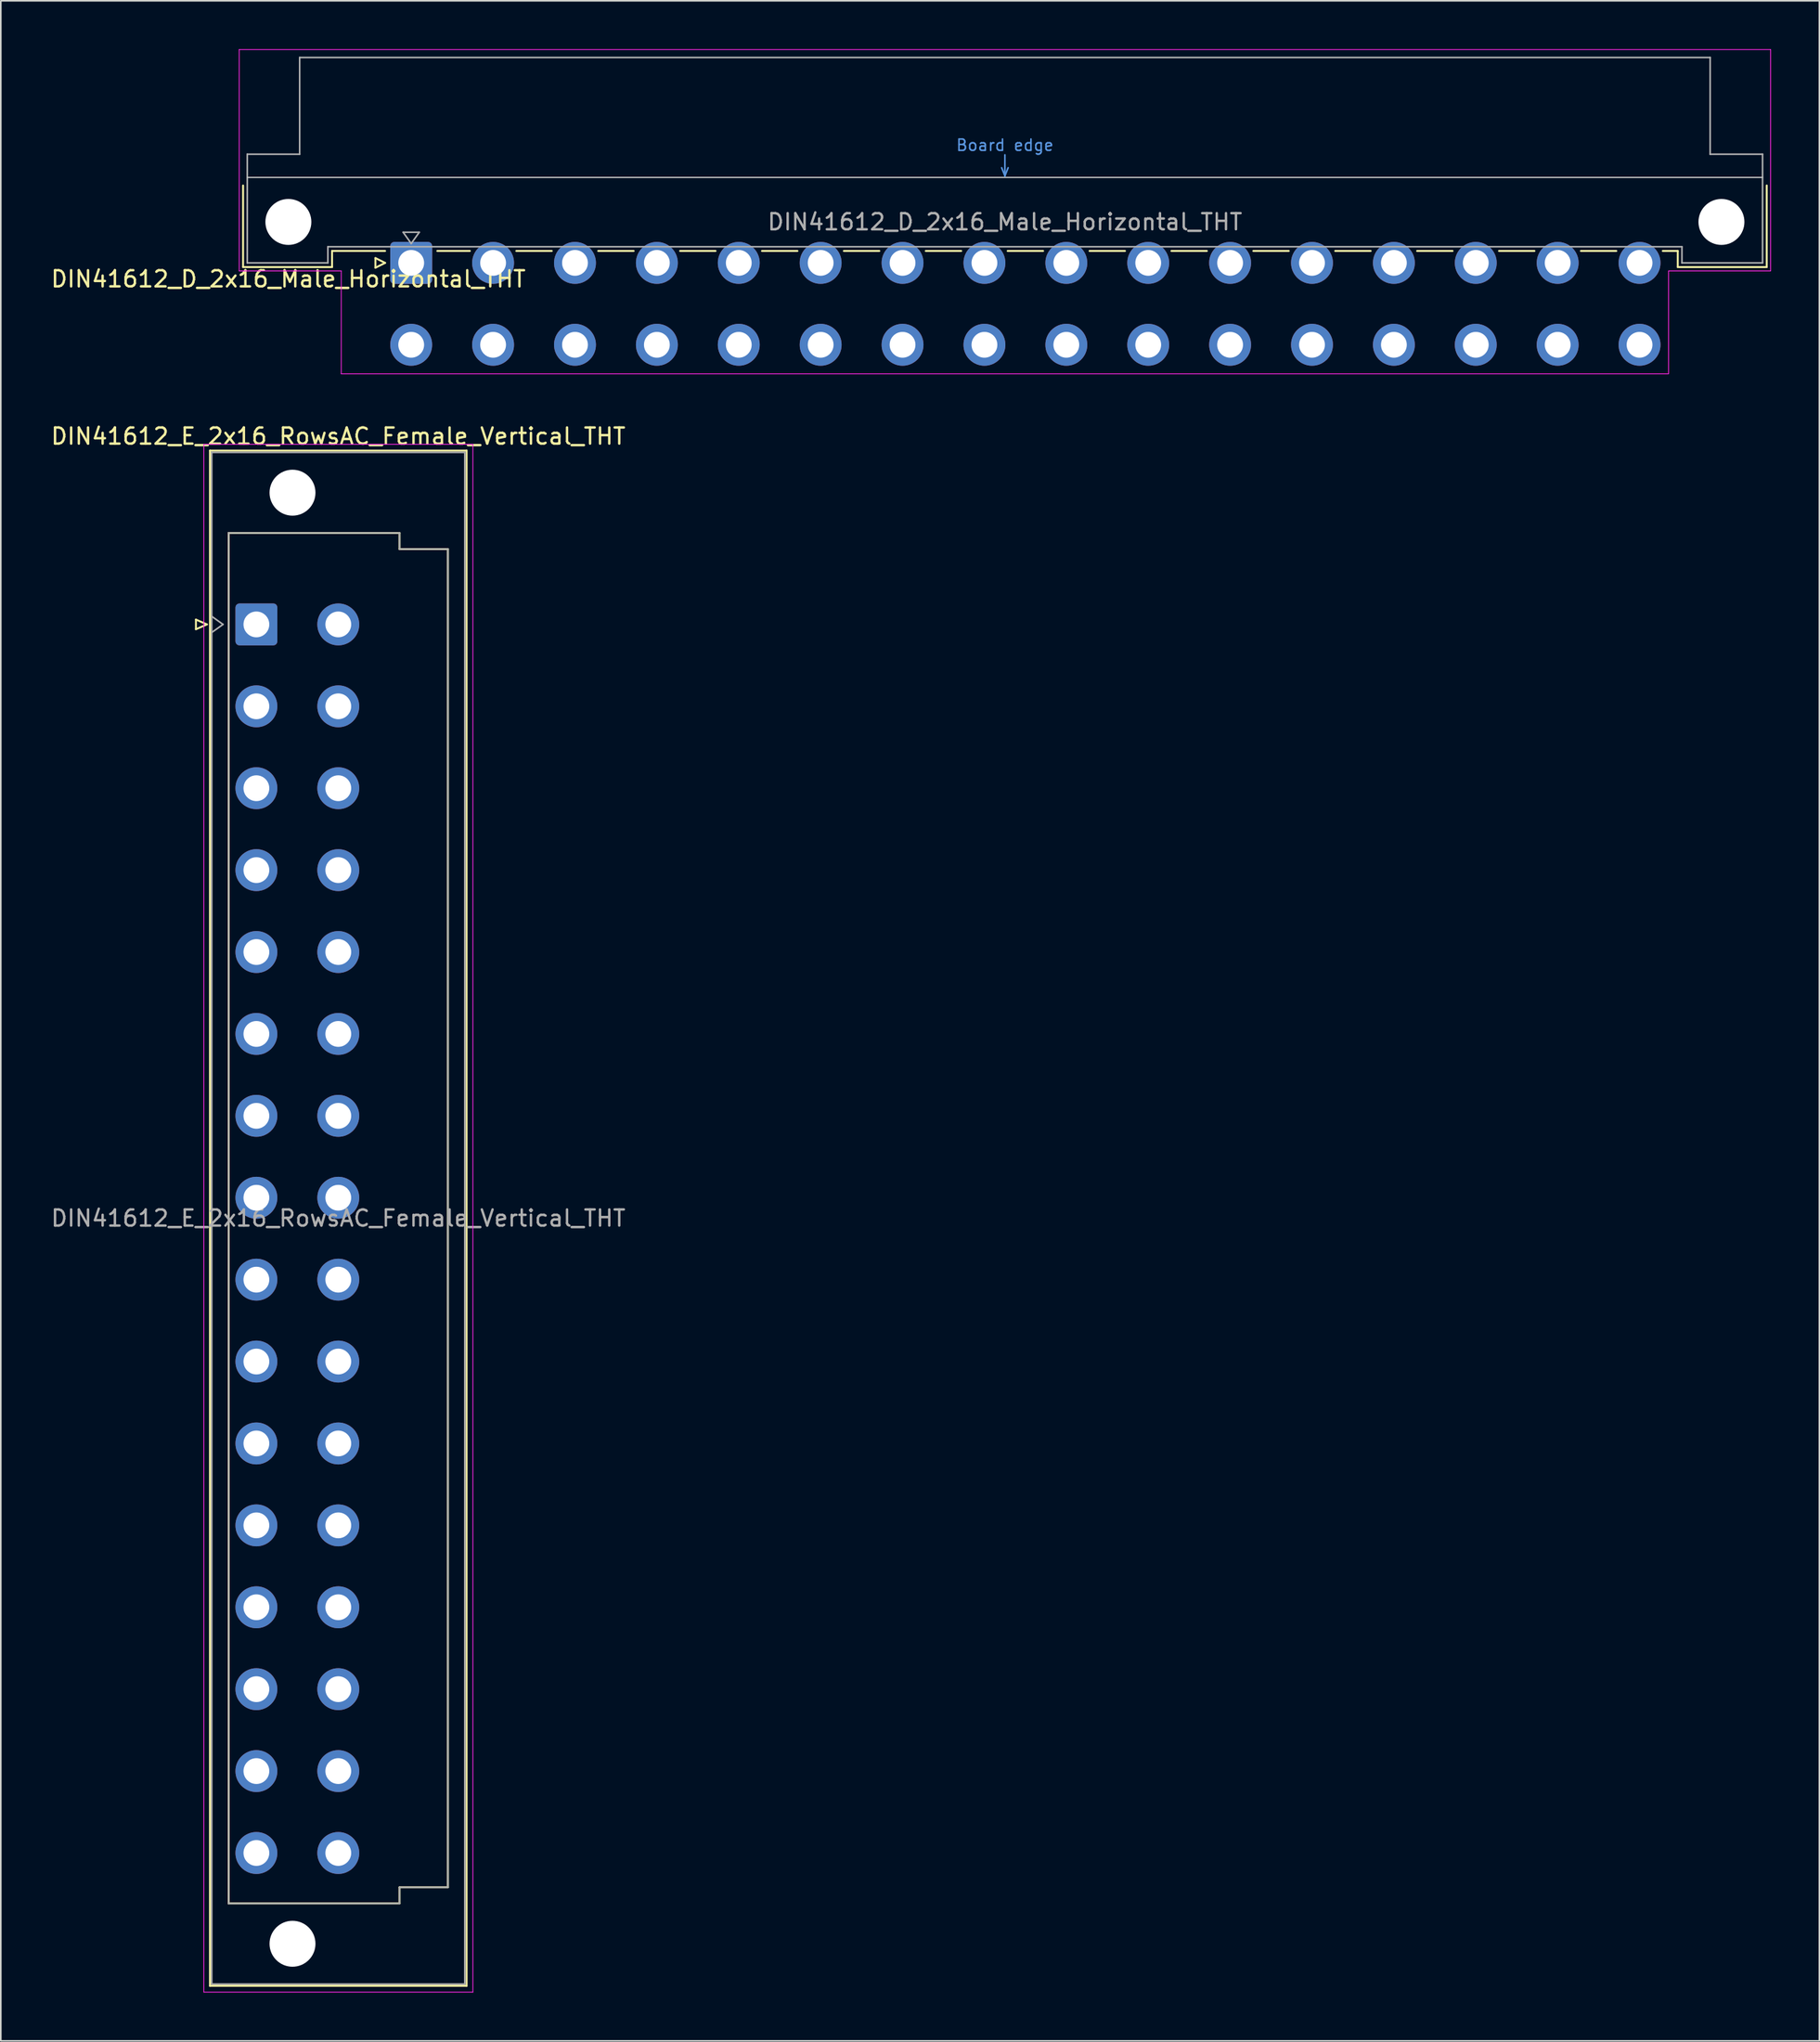
<source format=kicad_pcb>
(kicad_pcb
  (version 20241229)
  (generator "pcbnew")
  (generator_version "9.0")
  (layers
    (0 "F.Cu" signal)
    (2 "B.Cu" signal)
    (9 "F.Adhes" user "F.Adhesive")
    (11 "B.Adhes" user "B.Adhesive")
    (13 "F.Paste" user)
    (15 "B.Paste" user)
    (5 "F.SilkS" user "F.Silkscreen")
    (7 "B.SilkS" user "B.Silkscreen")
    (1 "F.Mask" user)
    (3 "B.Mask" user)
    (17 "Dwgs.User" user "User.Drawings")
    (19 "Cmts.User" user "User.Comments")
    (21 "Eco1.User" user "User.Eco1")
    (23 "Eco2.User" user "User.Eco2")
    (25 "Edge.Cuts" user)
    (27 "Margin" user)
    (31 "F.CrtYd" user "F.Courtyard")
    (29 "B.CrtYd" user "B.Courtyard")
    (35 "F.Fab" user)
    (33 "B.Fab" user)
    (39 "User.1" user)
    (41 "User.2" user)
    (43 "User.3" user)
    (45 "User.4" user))
  (footprint "DIN41612_E_2x16_RowsAC_Female_Vertical_THT"
    (layer "F.Cu")
    (at 12.855 33.138)
    (property "Reference" "DIN41612_E_2x16_RowsAC_Female_Vertical_THT" (at 5.08 -9.13 0) (layer "F.SilkS") (effects (font (size 1 1) (thickness 0.15))))
    (attr through_hole)
    (fp_line (start -3.75 2.24) (end -3.75 2.84) (stroke (width 0.12) (type solid)) (layer "F.SilkS"))
    (fp_line (start -3.75 2.84) (end -3.07 2.54) (stroke (width 0.12) (type solid)) (layer "F.SilkS"))
    (fp_line (start -3.07 2.54) (end -3.75 2.24) (stroke (width 0.12) (type solid)) (layer "F.SilkS"))
    (fp_line (start -2.88 -8.24) (end 13.04 -8.24) (stroke (width 0.12) (type solid)) (layer "F.SilkS"))
    (fp_line (start -2.88 86.98) (end -2.88 -8.24) (stroke (width 0.12) (type solid)) (layer "F.SilkS"))
    (fp_line (start -1.72 -3.13) (end 8.88 -3.13) (stroke (width 0.12) (type solid)) (layer "F.SilkS"))
    (fp_line (start -1.72 81.87) (end -1.72 -3.13) (stroke (width 0.12) (type solid)) (layer "F.SilkS"))
    (fp_line (start 8.88 -3.13) (end 8.88 -2.13) (stroke (width 0.12) (type solid)) (layer "F.SilkS"))
    (fp_line (start 8.88 -2.13) (end 11.88 -2.13) (stroke (width 0.12) (type solid)) (layer "F.SilkS"))
    (fp_line (start 8.88 80.87) (end 8.88 81.87) (stroke (width 0.12) (type solid)) (layer "F.SilkS"))
    (fp_line (start 8.88 81.87) (end -1.72 81.87) (stroke (width 0.12) (type solid)) (layer "F.SilkS"))
    (fp_line (start 11.88 -2.13) (end 11.88 80.87) (stroke (width 0.12) (type solid)) (layer "F.SilkS"))
    (fp_line (start 11.88 80.87) (end 8.88 80.87) (stroke (width 0.12) (type solid)) (layer "F.SilkS"))
    (fp_line (start 13.04 -8.24) (end 13.04 86.98) (stroke (width 0.12) (type solid)) (layer "F.SilkS"))
    (fp_line (start 13.04 86.98) (end -2.88 86.98) (stroke (width 0.12) (type solid)) (layer "F.SilkS"))
    (fp_line (start -3.26 -8.63) (end 13.43 -8.63) (stroke (width 0.05) (type solid)) (layer "F.CrtYd"))
    (fp_line (start -3.26 87.37) (end -3.26 -8.63) (stroke (width 0.05) (type solid)) (layer "F.CrtYd"))
    (fp_line (start 13.43 -8.63) (end 13.43 87.37) (stroke (width 0.05) (type solid)) (layer "F.CrtYd"))
    (fp_line (start 13.43 87.37) (end -3.26 87.37) (stroke (width 0.05) (type solid)) (layer "F.CrtYd"))
    (fp_line (start -2.77 -8.13) (end 12.93 -8.13) (stroke (width 0.1) (type solid)) (layer "F.Fab"))
    (fp_line (start -2.77 2.04) (end -2.07 2.54) (stroke (width 0.1) (type solid)) (layer "F.Fab"))
    (fp_line (start -2.77 86.87) (end -2.77 -8.13) (stroke (width 0.1) (type solid)) (layer "F.Fab"))
    (fp_line (start -2.07 2.54) (end -2.77 3.04) (stroke (width 0.1) (type solid)) (layer "F.Fab"))
    (fp_line (start -1.72 -3.13) (end 8.88 -3.13) (stroke (width 0.1) (type solid)) (layer "F.Fab"))
    (fp_line (start -1.72 81.87) (end -1.72 -3.13) (stroke (width 0.1) (type solid)) (layer "F.Fab"))
    (fp_line (start 8.88 -3.13) (end 8.88 -2.13) (stroke (width 0.1) (type solid)) (layer "F.Fab"))
    (fp_line (start 8.88 -2.13) (end 11.88 -2.13) (stroke (width 0.1) (type solid)) (layer "F.Fab"))
    (fp_line (start 8.88 80.87) (end 8.88 81.87) (stroke (width 0.1) (type solid)) (layer "F.Fab"))
    (fp_line (start 8.88 81.87) (end -1.72 81.87) (stroke (width 0.1) (type solid)) (layer "F.Fab"))
    (fp_line (start 11.88 -2.13) (end 11.88 80.87) (stroke (width 0.1) (type solid)) (layer "F.Fab"))
    (fp_line (start 11.88 80.87) (end 8.88 80.87) (stroke (width 0.1) (type solid)) (layer "F.Fab"))
    (fp_line (start 12.93 -8.13) (end 12.93 86.87) (stroke (width 0.1) (type solid)) (layer "F.Fab"))
    (fp_line (start 12.93 86.87) (end -2.77 86.87) (stroke (width 0.1) (type solid)) (layer "F.Fab"))
    (fp_text user "${REFERENCE}" (at 5.08 39.37 0) (layer "F.Fab") (effects (font (size 1 1) (thickness 0.15))))
    (pad "" np_thru_hole circle (at 2.24 -5.63) (size 2.85 2.85) (drill 2.85) (layers "*.Cu" "*.Mask"))
    (pad "" np_thru_hole circle (at 2.24 84.37) (size 2.85 2.85) (drill 2.85) (layers "*.Cu" "*.Mask"))
    (pad "a2" thru_hole roundrect (at 0 2.54) (size 2.6 2.6) (drill 1.6) (layers "*.Cu" "*.Mask") (roundrect_rratio 0.096))
    (pad "a4" thru_hole circle (at 0 7.62) (size 2.6 2.6) (drill 1.6) (layers "*.Cu" "*.Mask"))
    (pad "a6" thru_hole circle (at 0 12.7) (size 2.6 2.6) (drill 1.6) (layers "*.Cu" "*.Mask"))
    (pad "a8" thru_hole circle (at 0 17.78) (size 2.6 2.6) (drill 1.6) (layers "*.Cu" "*.Mask"))
    (pad "a10" thru_hole circle (at 0 22.86) (size 2.6 2.6) (drill 1.6) (layers "*.Cu" "*.Mask"))
    (pad "a12" thru_hole circle (at 0 27.94) (size 2.6 2.6) (drill 1.6) (layers "*.Cu" "*.Mask"))
    (pad "a14" thru_hole circle (at 0 33.02) (size 2.6 2.6) (drill 1.6) (layers "*.Cu" "*.Mask"))
    (pad "a16" thru_hole circle (at 0 38.1) (size 2.6 2.6) (drill 1.6) (layers "*.Cu" "*.Mask"))
    (pad "a18" thru_hole circle (at 0 43.18) (size 2.6 2.6) (drill 1.6) (layers "*.Cu" "*.Mask"))
    (pad "a20" thru_hole circle (at 0 48.26) (size 2.6 2.6) (drill 1.6) (layers "*.Cu" "*.Mask"))
    (pad "a22" thru_hole circle (at 0 53.34) (size 2.6 2.6) (drill 1.6) (layers "*.Cu" "*.Mask"))
    (pad "a24" thru_hole circle (at 0 58.42) (size 2.6 2.6) (drill 1.6) (layers "*.Cu" "*.Mask"))
    (pad "a26" thru_hole circle (at 0 63.5) (size 2.6 2.6) (drill 1.6) (layers "*.Cu" "*.Mask"))
    (pad "a28" thru_hole circle (at 0 68.58) (size 2.6 2.6) (drill 1.6) (layers "*.Cu" "*.Mask"))
    (pad "a30" thru_hole circle (at 0 73.66) (size 2.6 2.6) (drill 1.6) (layers "*.Cu" "*.Mask"))
    (pad "a32" thru_hole circle (at 0 78.74) (size 2.6 2.6) (drill 1.6) (layers "*.Cu" "*.Mask"))
    (pad "c2" thru_hole circle (at 5.08 2.54) (size 2.6 2.6) (drill 1.6) (layers "*.Cu" "*.Mask"))
    (pad "c4" thru_hole circle (at 5.08 7.62) (size 2.6 2.6) (drill 1.6) (layers "*.Cu" "*.Mask"))
    (pad "c6" thru_hole circle (at 5.08 12.7) (size 2.6 2.6) (drill 1.6) (layers "*.Cu" "*.Mask"))
    (pad "c8" thru_hole circle (at 5.08 17.78) (size 2.6 2.6) (drill 1.6) (layers "*.Cu" "*.Mask"))
    (pad "c10" thru_hole circle (at 5.08 22.86) (size 2.6 2.6) (drill 1.6) (layers "*.Cu" "*.Mask"))
    (pad "c12" thru_hole circle (at 5.08 27.94) (size 2.6 2.6) (drill 1.6) (layers "*.Cu" "*.Mask"))
    (pad "c14" thru_hole circle (at 5.08 33.02) (size 2.6 2.6) (drill 1.6) (layers "*.Cu" "*.Mask"))
    (pad "c16" thru_hole circle (at 5.08 38.1) (size 2.6 2.6) (drill 1.6) (layers "*.Cu" "*.Mask"))
    (pad "c18" thru_hole circle (at 5.08 43.18) (size 2.6 2.6) (drill 1.6) (layers "*.Cu" "*.Mask"))
    (pad "c20" thru_hole circle (at 5.08 48.26) (size 2.6 2.6) (drill 1.6) (layers "*.Cu" "*.Mask"))
    (pad "c22" thru_hole circle (at 5.08 53.34) (size 2.6 2.6) (drill 1.6) (layers "*.Cu" "*.Mask"))
    (pad "c24" thru_hole circle (at 5.08 58.42) (size 2.6 2.6) (drill 1.6) (layers "*.Cu" "*.Mask"))
    (pad "c26" thru_hole circle (at 5.08 63.5) (size 2.6 2.6) (drill 1.6) (layers "*.Cu" "*.Mask"))
    (pad "c28" thru_hole circle (at 5.08 68.58) (size 2.6 2.6) (drill 1.6) (layers "*.Cu" "*.Mask"))
    (pad "c30" thru_hole circle (at 5.08 73.66) (size 2.6 2.6) (drill 1.6) (layers "*.Cu" "*.Mask"))
    (pad "c32" thru_hole circle (at 5.08 78.74) (size 2.6 2.6) (drill 1.6) (layers "*.Cu" "*.Mask")))
  (footprint "DIN41612_D_2x16_Male_Horizontal_THT"
    (layer "F.Cu")
    (at 19.919 13.255)
    (property "Reference" "DIN41612_D_2x16_Male_Horizontal_THT" (at -5.08 1 0) (layer "F.SilkS") (effects (font (size 1 1) (thickness 0.15))))
    (attr through_hole)
    (fp_line (start -7.89 -4.8) (end -7.89 0.26) (stroke (width 0.12) (type solid)) (layer "F.SilkS"))
    (fp_line (start -7.89 0.26) (end -2.37 0.26) (stroke (width 0.12) (type solid)) (layer "F.SilkS"))
    (fp_line (start -2.37 -0.74) (end 0.92 -0.74) (stroke (width 0.12) (type solid)) (layer "F.SilkS"))
    (fp_line (start -2.37 0.26) (end -2.37 -0.74) (stroke (width 0.12) (type solid)) (layer "F.SilkS"))
    (fp_line (start 0.32 -0.3) (end 0.32 0.3) (stroke (width 0.12) (type solid)) (layer "F.SilkS"))
    (fp_line (start 0.32 0.3) (end 0.92 0) (stroke (width 0.12) (type solid)) (layer "F.SilkS"))
    (fp_line (start 0.92 0) (end 0.32 -0.3) (stroke (width 0.12) (type solid)) (layer "F.SilkS"))
    (fp_line (start 4.16 -0.74) (end 6.179 -0.74) (stroke (width 0.12) (type solid)) (layer "F.SilkS"))
    (fp_line (start 9.061 -0.74) (end 11.259 -0.74) (stroke (width 0.12) (type solid)) (layer "F.SilkS"))
    (fp_line (start 14.141 -0.74) (end 16.339 -0.74) (stroke (width 0.12) (type solid)) (layer "F.SilkS"))
    (fp_line (start 19.221 -0.74) (end 21.419 -0.74) (stroke (width 0.12) (type solid)) (layer "F.SilkS"))
    (fp_line (start 24.301 -0.74) (end 26.499 -0.74) (stroke (width 0.12) (type solid)) (layer "F.SilkS"))
    (fp_line (start 29.381 -0.74) (end 31.579 -0.74) (stroke (width 0.12) (type solid)) (layer "F.SilkS"))
    (fp_line (start 34.461 -0.74) (end 36.659 -0.74) (stroke (width 0.12) (type solid)) (layer "F.SilkS"))
    (fp_line (start 39.541 -0.74) (end 41.739 -0.74) (stroke (width 0.12) (type solid)) (layer "F.SilkS"))
    (fp_line (start 44.621 -0.74) (end 46.819 -0.74) (stroke (width 0.12) (type solid)) (layer "F.SilkS"))
    (fp_line (start 49.701 -0.74) (end 51.899 -0.74) (stroke (width 0.12) (type solid)) (layer "F.SilkS"))
    (fp_line (start 54.781 -0.74) (end 56.979 -0.74) (stroke (width 0.12) (type solid)) (layer "F.SilkS"))
    (fp_line (start 59.861 -0.74) (end 62.059 -0.74) (stroke (width 0.12) (type solid)) (layer "F.SilkS"))
    (fp_line (start 64.941 -0.74) (end 67.139 -0.74) (stroke (width 0.12) (type solid)) (layer "F.SilkS"))
    (fp_line (start 70.021 -0.74) (end 72.219 -0.74) (stroke (width 0.12) (type solid)) (layer "F.SilkS"))
    (fp_line (start 75.101 -0.74) (end 77.299 -0.74) (stroke (width 0.12) (type solid)) (layer "F.SilkS"))
    (fp_line (start 80.181 -0.74) (end 81.11 -0.74) (stroke (width 0.12) (type solid)) (layer "F.SilkS"))
    (fp_line (start 81.11 0.26) (end 81.11 -0.74) (stroke (width 0.12) (type solid)) (layer "F.SilkS"))
    (fp_line (start 86.63 -4.8) (end 86.63 0.26) (stroke (width 0.12) (type solid)) (layer "F.SilkS"))
    (fp_line (start 86.63 0.26) (end 81.11 0.26) (stroke (width 0.12) (type solid)) (layer "F.SilkS"))
    (fp_line (start -7.63 -5.3) (end 86.37 -5.3) (stroke (width 0.08) (type solid)) (layer "Dwgs.User"))
    (fp_line (start 39.17 -5.9) (end 39.37 -5.4) (stroke (width 0.1) (type solid)) (layer "Cmts.User"))
    (fp_line (start 39.37 -5.4) (end 39.37 -6.7) (stroke (width 0.1) (type solid)) (layer "Cmts.User"))
    (fp_line (start 39.37 -5.4) (end 39.57 -5.9) (stroke (width 0.1) (type solid)) (layer "Cmts.User"))
    (fp_line (start -8.13 -13.23) (end -8.13 0.5) (stroke (width 0.05) (type solid)) (layer "F.CrtYd"))
    (fp_line (start -8.13 0.5) (end -1.8 0.5) (stroke (width 0.05) (type solid)) (layer "F.CrtYd"))
    (fp_line (start -1.8 0.5) (end -1.8 6.88) (stroke (width 0.05) (type solid)) (layer "F.CrtYd"))
    (fp_line (start -1.8 6.88) (end 80.54 6.88) (stroke (width 0.05) (type solid)) (layer "F.CrtYd"))
    (fp_line (start 80.54 0.5) (end 86.87 0.5) (stroke (width 0.05) (type solid)) (layer "F.CrtYd"))
    (fp_line (start 80.54 6.88) (end 80.54 0.5) (stroke (width 0.05) (type solid)) (layer "F.CrtYd"))
    (fp_line (start 86.87 -13.23) (end -8.13 -13.23) (stroke (width 0.05) (type solid)) (layer "F.CrtYd"))
    (fp_line (start 86.87 0.5) (end 86.87 -13.23) (stroke (width 0.05) (type solid)) (layer "F.CrtYd"))
    (fp_line (start -7.63 -6.74) (end -7.63 0) (stroke (width 0.1) (type solid)) (layer "F.Fab"))
    (fp_line (start -7.63 0) (end -2.63 0) (stroke (width 0.1) (type solid)) (layer "F.Fab"))
    (fp_line (start -4.38 -12.74) (end -4.38 -6.74) (stroke (width 0.1) (type solid)) (layer "F.Fab"))
    (fp_line (start -4.38 -6.74) (end -7.63 -6.74) (stroke (width 0.1) (type solid)) (layer "F.Fab"))
    (fp_line (start -2.63 -1) (end 81.37 -1) (stroke (width 0.1) (type solid)) (layer "F.Fab"))
    (fp_line (start -2.63 0) (end -2.63 -1) (stroke (width 0.1) (type solid)) (layer "F.Fab"))
    (fp_line (start 2.04 -1.9) (end 3.04 -1.9) (stroke (width 0.1) (type solid)) (layer "F.Fab"))
    (fp_line (start 2.54 -1.2) (end 2.04 -1.9) (stroke (width 0.1) (type solid)) (layer "F.Fab"))
    (fp_line (start 3.04 -1.9) (end 2.54 -1.2) (stroke (width 0.1) (type solid)) (layer "F.Fab"))
    (fp_line (start 81.37 -1) (end 81.37 0) (stroke (width 0.1) (type solid)) (layer "F.Fab"))
    (fp_line (start 81.37 0) (end 86.37 0) (stroke (width 0.1) (type solid)) (layer "F.Fab"))
    (fp_line (start 83.12 -12.74) (end -4.38 -12.74) (stroke (width 0.1) (type solid)) (layer "F.Fab"))
    (fp_line (start 83.12 -6.74) (end 83.12 -12.74) (stroke (width 0.1) (type solid)) (layer "F.Fab"))
    (fp_line (start 86.37 -6.74) (end 83.12 -6.74) (stroke (width 0.1) (type solid)) (layer "F.Fab"))
    (fp_line (start 86.37 0) (end 86.37 -6.74) (stroke (width 0.1) (type solid)) (layer "F.Fab"))
    (fp_text user "Board edge" (at 39.37 -7.3 0) (layer "Cmts.User") (effects (font (size 0.7 0.7) (thickness 0.1))))
    (fp_text user "${REFERENCE}" (at 39.37 -2.54 0) (layer "F.Fab") (effects (font (size 1 1) (thickness 0.15))))
    (pad "" np_thru_hole circle (at -5.08 -2.54) (size 2.85 2.85) (drill 2.85) (layers "*.Cu" "*.Mask"))
    (pad "" np_thru_hole circle (at 83.82 -2.54) (size 2.85 2.85) (drill 2.85) (layers "*.Cu" "*.Mask"))
    (pad "a2" thru_hole roundrect (at 2.54 0) (size 2.6 2.6) (drill 1.6) (layers "*.Cu" "*.Mask") (roundrect_rratio 0.096))
    (pad "a4" thru_hole circle (at 7.62 0) (size 2.6 2.6) (drill 1.6) (layers "*.Cu" "*.Mask"))
    (pad "a6" thru_hole circle (at 12.7 0) (size 2.6 2.6) (drill 1.6) (layers "*.Cu" "*.Mask"))
    (pad "a8" thru_hole circle (at 17.78 0) (size 2.6 2.6) (drill 1.6) (layers "*.Cu" "*.Mask"))
    (pad "a10" thru_hole circle (at 22.86 0) (size 2.6 2.6) (drill 1.6) (layers "*.Cu" "*.Mask"))
    (pad "a12" thru_hole circle (at 27.94 0) (size 2.6 2.6) (drill 1.6) (layers "*.Cu" "*.Mask"))
    (pad "a14" thru_hole circle (at 33.02 0) (size 2.6 2.6) (drill 1.6) (layers "*.Cu" "*.Mask"))
    (pad "a16" thru_hole circle (at 38.1 0) (size 2.6 2.6) (drill 1.6) (layers "*.Cu" "*.Mask"))
    (pad "a18" thru_hole circle (at 43.18 0) (size 2.6 2.6) (drill 1.6) (layers "*.Cu" "*.Mask"))
    (pad "a20" thru_hole circle (at 48.26 0) (size 2.6 2.6) (drill 1.6) (layers "*.Cu" "*.Mask"))
    (pad "a22" thru_hole circle (at 53.34 0) (size 2.6 2.6) (drill 1.6) (layers "*.Cu" "*.Mask"))
    (pad "a24" thru_hole circle (at 58.42 0) (size 2.6 2.6) (drill 1.6) (layers "*.Cu" "*.Mask"))
    (pad "a26" thru_hole circle (at 63.5 0) (size 2.6 2.6) (drill 1.6) (layers "*.Cu" "*.Mask"))
    (pad "a28" thru_hole circle (at 68.58 0) (size 2.6 2.6) (drill 1.6) (layers "*.Cu" "*.Mask"))
    (pad "a30" thru_hole circle (at 73.66 0) (size 2.6 2.6) (drill 1.6) (layers "*.Cu" "*.Mask"))
    (pad "a32" thru_hole circle (at 78.74 0) (size 2.6 2.6) (drill 1.6) (layers "*.Cu" "*.Mask"))
    (pad "c2" thru_hole circle (at 2.54 5.08) (size 2.6 2.6) (drill 1.6) (layers "*.Cu" "*.Mask"))
    (pad "c4" thru_hole circle (at 7.62 5.08) (size 2.6 2.6) (drill 1.6) (layers "*.Cu" "*.Mask"))
    (pad "c6" thru_hole circle (at 12.7 5.08) (size 2.6 2.6) (drill 1.6) (layers "*.Cu" "*.Mask"))
    (pad "c8" thru_hole circle (at 17.78 5.08) (size 2.6 2.6) (drill 1.6) (layers "*.Cu" "*.Mask"))
    (pad "c10" thru_hole circle (at 22.86 5.08) (size 2.6 2.6) (drill 1.6) (layers "*.Cu" "*.Mask"))
    (pad "c12" thru_hole circle (at 27.94 5.08) (size 2.6 2.6) (drill 1.6) (layers "*.Cu" "*.Mask"))
    (pad "c14" thru_hole circle (at 33.02 5.08) (size 2.6 2.6) (drill 1.6) (layers "*.Cu" "*.Mask"))
    (pad "c16" thru_hole circle (at 38.1 5.08) (size 2.6 2.6) (drill 1.6) (layers "*.Cu" "*.Mask"))
    (pad "c18" thru_hole circle (at 43.18 5.08) (size 2.6 2.6) (drill 1.6) (layers "*.Cu" "*.Mask"))
    (pad "c20" thru_hole circle (at 48.26 5.08) (size 2.6 2.6) (drill 1.6) (layers "*.Cu" "*.Mask"))
    (pad "c22" thru_hole circle (at 53.34 5.08) (size 2.6 2.6) (drill 1.6) (layers "*.Cu" "*.Mask"))
    (pad "c24" thru_hole circle (at 58.42 5.08) (size 2.6 2.6) (drill 1.6) (layers "*.Cu" "*.Mask"))
    (pad "c26" thru_hole circle (at 63.5 5.08) (size 2.6 2.6) (drill 1.6) (layers "*.Cu" "*.Mask"))
    (pad "c28" thru_hole circle (at 68.58 5.08) (size 2.6 2.6) (drill 1.6) (layers "*.Cu" "*.Mask"))
    (pad "c30" thru_hole circle (at 73.66 5.08) (size 2.6 2.6) (drill 1.6) (layers "*.Cu" "*.Mask"))
    (pad "c32" thru_hole circle (at 78.74 5.08) (size 2.6 2.6) (drill 1.6) (layers "*.Cu" "*.Mask")))
  (gr_rect
    (start -3 -3)
    (end 109.814 123.533)
    (stroke (width 0.1) (type default))
    (fill no)
    (layer "Edge.Cuts")))
</source>
